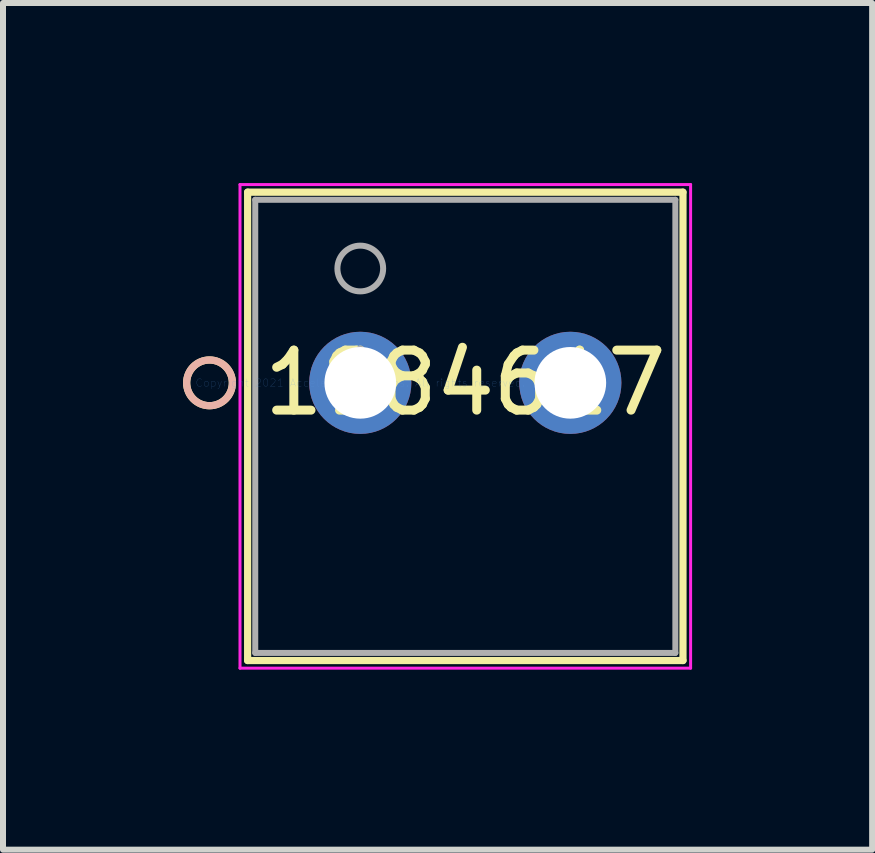
<source format=kicad_pcb>
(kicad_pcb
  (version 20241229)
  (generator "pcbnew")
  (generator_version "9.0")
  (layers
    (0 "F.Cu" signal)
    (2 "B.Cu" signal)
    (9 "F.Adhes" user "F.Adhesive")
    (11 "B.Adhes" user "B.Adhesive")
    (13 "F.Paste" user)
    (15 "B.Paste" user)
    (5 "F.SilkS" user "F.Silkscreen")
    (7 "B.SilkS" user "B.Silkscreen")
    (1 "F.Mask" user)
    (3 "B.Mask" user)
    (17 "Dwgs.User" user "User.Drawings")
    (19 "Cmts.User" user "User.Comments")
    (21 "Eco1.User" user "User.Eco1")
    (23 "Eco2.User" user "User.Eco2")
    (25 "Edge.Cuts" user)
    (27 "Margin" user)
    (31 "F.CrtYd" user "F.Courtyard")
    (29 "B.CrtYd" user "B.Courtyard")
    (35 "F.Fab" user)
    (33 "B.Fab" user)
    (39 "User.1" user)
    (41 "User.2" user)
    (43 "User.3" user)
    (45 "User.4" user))
  (footprint "1984617"
    (layer "F.Cu")
    (at 2.953 3.329)
    (property "Reference" "1984617" (at 1.75 0 0) (layer "F.SilkS") (effects (font (size 1 1) (thickness 0.15))))
    (attr through_hole)
    (fp_line (start -1.877 -3.177) (end -1.877 4.627) (stroke (width 0.12) (type solid)) (layer "F.SilkS"))
    (fp_line (start -1.877 4.627) (end 5.377 4.627) (stroke (width 0.12) (type solid)) (layer "F.SilkS"))
    (fp_line (start 5.377 -3.177) (end -1.877 -3.177) (stroke (width 0.12) (type solid)) (layer "F.SilkS"))
    (fp_line (start 5.377 4.627) (end 5.377 -3.177) (stroke (width 0.12) (type solid)) (layer "F.SilkS"))
    (fp_circle (center -2.512 0) (end -2.131 0) (stroke (width 0.12) (type solid)) (fill no) (layer "F.SilkS"))
    (fp_circle (center -2.512 0) (end -2.131 0) (stroke (width 0.12) (type solid)) (fill no) (layer "B.SilkS"))
    (fp_line (start -2.004 -3.304) (end -2.004 4.754) (stroke (width 0.05) (type solid)) (layer "F.CrtYd"))
    (fp_line (start -2.004 4.754) (end 5.504 4.754) (stroke (width 0.05) (type solid)) (layer "F.CrtYd"))
    (fp_line (start 5.504 -3.304) (end -2.004 -3.304) (stroke (width 0.05) (type solid)) (layer "F.CrtYd"))
    (fp_line (start 5.504 4.754) (end 5.504 -3.304) (stroke (width 0.05) (type solid)) (layer "F.CrtYd"))
    (fp_line (start -1.75 -3.05) (end -1.75 4.5) (stroke (width 0.1) (type solid)) (layer "F.Fab"))
    (fp_line (start -1.75 4.5) (end 5.25 4.5) (stroke (width 0.1) (type solid)) (layer "F.Fab"))
    (fp_line (start 5.25 -3.05) (end -1.75 -3.05) (stroke (width 0.1) (type solid)) (layer "F.Fab"))
    (fp_line (start 5.25 4.5) (end 5.25 -3.05) (stroke (width 0.1) (type solid)) (layer "F.Fab"))
    (fp_circle (center 0 -1.905) (end 0.381 -1.905) (stroke (width 0.1) (type solid)) (fill no) (layer "F.Fab"))
    (fp_text user "*" (at 0 0 0) (layer "F.SilkS") (effects (font (size 1 1) (thickness 0.15))))
    (fp_text user "Copyright 2021 Accelerated Designs. All rights reserved." (at 0 0 0) (layer "Cmts.User") (effects (font (size 0.127 0.127) (thickness 0.002))))
    (fp_text user "*" (at 0 0 0) (layer "F.Fab") (effects (font (size 1 1) (thickness 0.15))))
    (pad "1" thru_hole circle (at -0.000001 0) (size 1.702 1.702) (drill 1.194) (layers "*.Cu" "*.Mask"))
    (pad "2" thru_hole circle (at 3.5 0) (size 1.702 1.702) (drill 1.194) (layers "*.Cu" "*.Mask")))
  (gr_rect
    (start -3 -3)
    (end 11.482 11.108)
    (stroke (width 0.1) (type default))
    (fill no)
    (layer "Edge.Cuts")))
</source>
